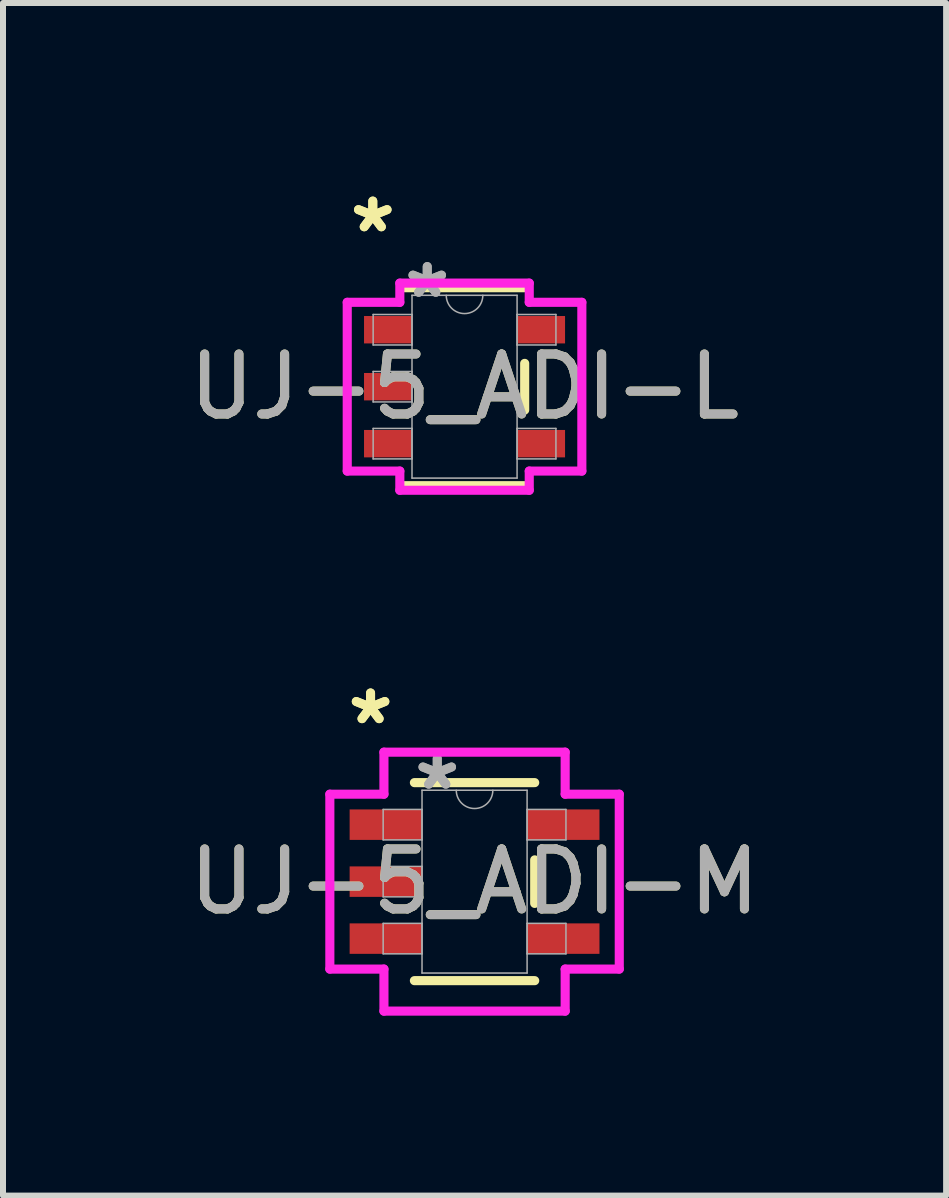
<source format=kicad_pcb>
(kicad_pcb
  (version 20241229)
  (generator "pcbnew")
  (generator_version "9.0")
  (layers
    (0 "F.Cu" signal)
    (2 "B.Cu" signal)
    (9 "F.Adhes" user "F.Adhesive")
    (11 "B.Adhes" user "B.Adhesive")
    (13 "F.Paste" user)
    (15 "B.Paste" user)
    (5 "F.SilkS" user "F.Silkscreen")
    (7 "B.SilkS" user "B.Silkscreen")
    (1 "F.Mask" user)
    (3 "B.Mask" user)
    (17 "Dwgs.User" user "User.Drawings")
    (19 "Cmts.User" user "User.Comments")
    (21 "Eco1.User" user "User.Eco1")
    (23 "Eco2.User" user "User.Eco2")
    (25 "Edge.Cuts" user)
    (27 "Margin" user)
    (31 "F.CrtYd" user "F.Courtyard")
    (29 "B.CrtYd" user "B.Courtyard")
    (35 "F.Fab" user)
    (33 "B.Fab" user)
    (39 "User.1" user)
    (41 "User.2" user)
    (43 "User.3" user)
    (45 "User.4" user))
  (footprint "UJ-5_ADI-L"
    (layer "F.Cu")
    (at 4.696 3.398)
    (property "Reference" "UJ-5_ADI-L" (at 0 0 0) (unlocked yes) (layer "F.SilkS") (effects (font (size 1 1) (thickness 0.15))))
    (attr smd)
    (fp_line (start -1.003 1.651) (end 1.003 1.651) (stroke (width 0.152) (type solid)) (layer "F.SilkS"))
    (fp_line (start 1.003 -1.651) (end -1.003 -1.651) (stroke (width 0.152) (type solid)) (layer "F.SilkS"))
    (fp_line (start 1.003 0.389) (end 1.003 -0.389) (stroke (width 0.152) (type solid)) (layer "F.SilkS"))
    (fp_line (start -1.956 -1.407) (end -1.079 -1.407) (stroke (width 0.152) (type solid)) (layer "F.CrtYd"))
    (fp_line (start -1.956 1.407) (end -1.956 -1.407) (stroke (width 0.152) (type solid)) (layer "F.CrtYd"))
    (fp_line (start -1.079 -1.727) (end 1.079 -1.727) (stroke (width 0.152) (type solid)) (layer "F.CrtYd"))
    (fp_line (start -1.079 -1.407) (end -1.079 -1.727) (stroke (width 0.152) (type solid)) (layer "F.CrtYd"))
    (fp_line (start -1.079 1.407) (end -1.956 1.407) (stroke (width 0.152) (type solid)) (layer "F.CrtYd"))
    (fp_line (start -1.079 1.727) (end -1.079 1.407) (stroke (width 0.152) (type solid)) (layer "F.CrtYd"))
    (fp_line (start 1.079 -1.727) (end 1.079 -1.407) (stroke (width 0.152) (type solid)) (layer "F.CrtYd"))
    (fp_line (start 1.079 -1.407) (end 1.956 -1.407) (stroke (width 0.152) (type solid)) (layer "F.CrtYd"))
    (fp_line (start 1.079 1.407) (end 1.079 1.727) (stroke (width 0.152) (type solid)) (layer "F.CrtYd"))
    (fp_line (start 1.079 1.727) (end -1.079 1.727) (stroke (width 0.152) (type solid)) (layer "F.CrtYd"))
    (fp_line (start 1.956 -1.407) (end 1.956 1.407) (stroke (width 0.152) (type solid)) (layer "F.CrtYd"))
    (fp_line (start 1.956 1.407) (end 1.079 1.407) (stroke (width 0.152) (type solid)) (layer "F.CrtYd"))
    (fp_line (start -1.524 -1.204) (end -1.524 -0.696) (stroke (width 0.025) (type solid)) (layer "F.Fab"))
    (fp_line (start -1.524 -0.696) (end -0.876 -0.696) (stroke (width 0.025) (type solid)) (layer "F.Fab"))
    (fp_line (start -1.524 -0.254) (end -1.524 0.254) (stroke (width 0.025) (type solid)) (layer "F.Fab"))
    (fp_line (start -1.524 0.254) (end -0.876 0.254) (stroke (width 0.025) (type solid)) (layer "F.Fab"))
    (fp_line (start -1.524 0.696) (end -1.524 1.204) (stroke (width 0.025) (type solid)) (layer "F.Fab"))
    (fp_line (start -1.524 1.204) (end -0.876 1.204) (stroke (width 0.025) (type solid)) (layer "F.Fab"))
    (fp_line (start -0.876 -1.524) (end -0.876 1.524) (stroke (width 0.025) (type solid)) (layer "F.Fab"))
    (fp_line (start -0.876 -1.204) (end -1.524 -1.204) (stroke (width 0.025) (type solid)) (layer "F.Fab"))
    (fp_line (start -0.876 -0.696) (end -0.876 -1.204) (stroke (width 0.025) (type solid)) (layer "F.Fab"))
    (fp_line (start -0.876 -0.254) (end -1.524 -0.254) (stroke (width 0.025) (type solid)) (layer "F.Fab"))
    (fp_line (start -0.876 0.254) (end -0.876 -0.254) (stroke (width 0.025) (type solid)) (layer "F.Fab"))
    (fp_line (start -0.876 0.696) (end -1.524 0.696) (stroke (width 0.025) (type solid)) (layer "F.Fab"))
    (fp_line (start -0.876 1.204) (end -0.876 0.696) (stroke (width 0.025) (type solid)) (layer "F.Fab"))
    (fp_line (start -0.876 1.524) (end 0.876 1.524) (stroke (width 0.025) (type solid)) (layer "F.Fab"))
    (fp_line (start 0.876 -1.524) (end -0.876 -1.524) (stroke (width 0.025) (type solid)) (layer "F.Fab"))
    (fp_line (start 0.876 -1.204) (end 0.876 -0.696) (stroke (width 0.025) (type solid)) (layer "F.Fab"))
    (fp_line (start 0.876 -0.696) (end 1.524 -0.696) (stroke (width 0.025) (type solid)) (layer "F.Fab"))
    (fp_line (start 0.876 0.696) (end 0.876 1.204) (stroke (width 0.025) (type solid)) (layer "F.Fab"))
    (fp_line (start 0.876 1.204) (end 1.524 1.204) (stroke (width 0.025) (type solid)) (layer "F.Fab"))
    (fp_line (start 0.876 1.524) (end 0.876 -1.524) (stroke (width 0.025) (type solid)) (layer "F.Fab"))
    (fp_line (start 1.524 -1.204) (end 0.876 -1.204) (stroke (width 0.025) (type solid)) (layer "F.Fab"))
    (fp_line (start 1.524 -0.696) (end 1.524 -1.204) (stroke (width 0.025) (type solid)) (layer "F.Fab"))
    (fp_line (start 1.524 0.696) (end 0.876 0.696) (stroke (width 0.025) (type solid)) (layer "F.Fab"))
    (fp_line (start 1.524 1.204) (end 1.524 0.696) (stroke (width 0.025) (type solid)) (layer "F.Fab"))
    (fp_arc (start 0.3048 -1.524) (mid 0 -1.2192) (end -0.3048 -1.524) (stroke (width 0.0254) (type solid)) (layer "F.Fab"))
    (fp_text user "*" (at -1.53 -2.55 0) (unlocked yes) (layer "F.SilkS") (effects (font (size 1 1) (thickness 0.15))))
    (fp_text user "*" (at -1.53 -2.55 0) (layer "F.SilkS") (effects (font (size 1 1) (thickness 0.15))))
    (fp_text user "*" (at -0.622 -1.458 0) (unlocked yes) (layer "F.Fab") (effects (font (size 1 1) (thickness 0.15))))
    (fp_text user "*" (at -0.622 -1.458 0) (layer "F.Fab") (effects (font (size 1 1) (thickness 0.15))))
    (fp_text user "${REFERENCE}" (at 0 0 0) (unlocked yes) (layer "F.Fab") (effects (font (size 1 1) (thickness 0.15))))
    (pad "1" smd rect (at -1.276 -0.95) (size 0.8 0.457) (layers "F.Cu" "F.Mask" "F.Paste"))
    (pad "2" smd rect (at -1.276 0) (size 0.8 0.457) (layers "F.Cu" "F.Mask" "F.Paste"))
    (pad "3" smd rect (at -1.276 0.95) (size 0.8 0.457) (layers "F.Cu" "F.Mask" "F.Paste"))
    (pad "4" smd rect (at 1.276 0.95) (size 0.8 0.457) (layers "F.Cu" "F.Mask" "F.Paste"))
    (pad "5" smd rect (at 1.276 -0.95) (size 0.8 0.457) (layers "F.Cu" "F.Mask" "F.Paste")))
  (footprint "UJ-5_ADI-M"
    (layer "F.Cu")
    (at 4.863 11.651)
    (property "Reference" "UJ-5_ADI-M" (at 0 0 0) (unlocked yes) (layer "F.SilkS") (effects (font (size 1 1) (thickness 0.15))))
    (attr smd)
    (fp_line (start -1.003 1.651) (end 1.003 1.651) (stroke (width 0.152) (type solid)) (layer "F.SilkS"))
    (fp_line (start 1.003 -1.651) (end -1.003 -1.651) (stroke (width 0.152) (type solid)) (layer "F.SilkS"))
    (fp_line (start 1.003 0.363) (end 1.003 -0.363) (stroke (width 0.152) (type solid)) (layer "F.SilkS"))
    (fp_line (start -2.413 -1.458) (end -1.511 -1.458) (stroke (width 0.152) (type solid)) (layer "F.CrtYd"))
    (fp_line (start -2.413 1.458) (end -2.413 -1.458) (stroke (width 0.152) (type solid)) (layer "F.CrtYd"))
    (fp_line (start -1.511 -2.159) (end 1.511 -2.159) (stroke (width 0.152) (type solid)) (layer "F.CrtYd"))
    (fp_line (start -1.511 -1.458) (end -1.511 -2.159) (stroke (width 0.152) (type solid)) (layer "F.CrtYd"))
    (fp_line (start -1.511 1.458) (end -2.413 1.458) (stroke (width 0.152) (type solid)) (layer "F.CrtYd"))
    (fp_line (start -1.511 2.159) (end -1.511 1.458) (stroke (width 0.152) (type solid)) (layer "F.CrtYd"))
    (fp_line (start 1.511 -2.159) (end 1.511 -1.458) (stroke (width 0.152) (type solid)) (layer "F.CrtYd"))
    (fp_line (start 1.511 -1.458) (end 2.413 -1.458) (stroke (width 0.152) (type solid)) (layer "F.CrtYd"))
    (fp_line (start 1.511 1.458) (end 1.511 2.159) (stroke (width 0.152) (type solid)) (layer "F.CrtYd"))
    (fp_line (start 1.511 2.159) (end -1.511 2.159) (stroke (width 0.152) (type solid)) (layer "F.CrtYd"))
    (fp_line (start 2.413 -1.458) (end 2.413 1.458) (stroke (width 0.152) (type solid)) (layer "F.CrtYd"))
    (fp_line (start 2.413 1.458) (end 1.511 1.458) (stroke (width 0.152) (type solid)) (layer "F.CrtYd"))
    (fp_line (start -1.524 -1.204) (end -1.524 -0.696) (stroke (width 0.025) (type solid)) (layer "F.Fab"))
    (fp_line (start -1.524 -0.696) (end -0.876 -0.696) (stroke (width 0.025) (type solid)) (layer "F.Fab"))
    (fp_line (start -1.524 -0.254) (end -1.524 0.254) (stroke (width 0.025) (type solid)) (layer "F.Fab"))
    (fp_line (start -1.524 0.254) (end -0.876 0.254) (stroke (width 0.025) (type solid)) (layer "F.Fab"))
    (fp_line (start -1.524 0.696) (end -1.524 1.204) (stroke (width 0.025) (type solid)) (layer "F.Fab"))
    (fp_line (start -1.524 1.204) (end -0.876 1.204) (stroke (width 0.025) (type solid)) (layer "F.Fab"))
    (fp_line (start -0.876 -1.524) (end -0.876 1.524) (stroke (width 0.025) (type solid)) (layer "F.Fab"))
    (fp_line (start -0.876 -1.204) (end -1.524 -1.204) (stroke (width 0.025) (type solid)) (layer "F.Fab"))
    (fp_line (start -0.876 -0.696) (end -0.876 -1.204) (stroke (width 0.025) (type solid)) (layer "F.Fab"))
    (fp_line (start -0.876 -0.254) (end -1.524 -0.254) (stroke (width 0.025) (type solid)) (layer "F.Fab"))
    (fp_line (start -0.876 0.254) (end -0.876 -0.254) (stroke (width 0.025) (type solid)) (layer "F.Fab"))
    (fp_line (start -0.876 0.696) (end -1.524 0.696) (stroke (width 0.025) (type solid)) (layer "F.Fab"))
    (fp_line (start -0.876 1.204) (end -0.876 0.696) (stroke (width 0.025) (type solid)) (layer "F.Fab"))
    (fp_line (start -0.876 1.524) (end 0.876 1.524) (stroke (width 0.025) (type solid)) (layer "F.Fab"))
    (fp_line (start 0.876 -1.524) (end -0.876 -1.524) (stroke (width 0.025) (type solid)) (layer "F.Fab"))
    (fp_line (start 0.876 -1.204) (end 0.876 -0.696) (stroke (width 0.025) (type solid)) (layer "F.Fab"))
    (fp_line (start 0.876 -0.696) (end 1.524 -0.696) (stroke (width 0.025) (type solid)) (layer "F.Fab"))
    (fp_line (start 0.876 0.696) (end 0.876 1.204) (stroke (width 0.025) (type solid)) (layer "F.Fab"))
    (fp_line (start 0.876 1.204) (end 1.524 1.204) (stroke (width 0.025) (type solid)) (layer "F.Fab"))
    (fp_line (start 0.876 1.524) (end 0.876 -1.524) (stroke (width 0.025) (type solid)) (layer "F.Fab"))
    (fp_line (start 1.524 -1.204) (end 0.876 -1.204) (stroke (width 0.025) (type solid)) (layer "F.Fab"))
    (fp_line (start 1.524 -0.696) (end 1.524 -1.204) (stroke (width 0.025) (type solid)) (layer "F.Fab"))
    (fp_line (start 1.524 0.696) (end 0.876 0.696) (stroke (width 0.025) (type solid)) (layer "F.Fab"))
    (fp_line (start 1.524 1.204) (end 1.524 0.696) (stroke (width 0.025) (type solid)) (layer "F.Fab"))
    (fp_arc (start 0.3048 -1.524) (mid 0 -1.2192) (end -0.3048 -1.524) (stroke (width 0.0254) (type solid)) (layer "F.Fab"))
    (fp_text user "*" (at -1.734 -2.601 0) (layer "F.SilkS") (effects (font (size 1 1) (thickness 0.15))))
    (fp_text user "*" (at -1.734 -2.601 0) (unlocked yes) (layer "F.SilkS") (effects (font (size 1 1) (thickness 0.15))))
    (fp_text user "*" (at -0.622 -1.509 0) (unlocked yes) (layer "F.Fab") (effects (font (size 1 1) (thickness 0.15))))
    (fp_text user "*" (at -0.622 -1.509 0) (layer "F.Fab") (effects (font (size 1 1) (thickness 0.15))))
    (fp_text user "${REFERENCE}" (at 0 0 0) (unlocked yes) (layer "F.Fab") (effects (font (size 1 1) (thickness 0.15))))
    (pad "1" smd rect (at -1.48 -0.95) (size 1.206 0.508) (layers "F.Cu" "F.Mask" "F.Paste"))
    (pad "2" smd rect (at -1.48 0) (size 1.206 0.508) (layers "F.Cu" "F.Mask" "F.Paste"))
    (pad "3" smd rect (at -1.48 0.95) (size 1.206 0.508) (layers "F.Cu" "F.Mask" "F.Paste"))
    (pad "4" smd rect (at 1.48 0.95) (size 1.206 0.508) (layers "F.Cu" "F.Mask" "F.Paste"))
    (pad "5" smd rect (at 1.48 -0.95) (size 1.206 0.508) (layers "F.Cu" "F.Mask" "F.Paste")))
  (gr_rect
    (start -3 -3)
    (end 12.726 16.886)
    (stroke (width 0.1) (type default))
    (fill no)
    (layer "Edge.Cuts")))
</source>
